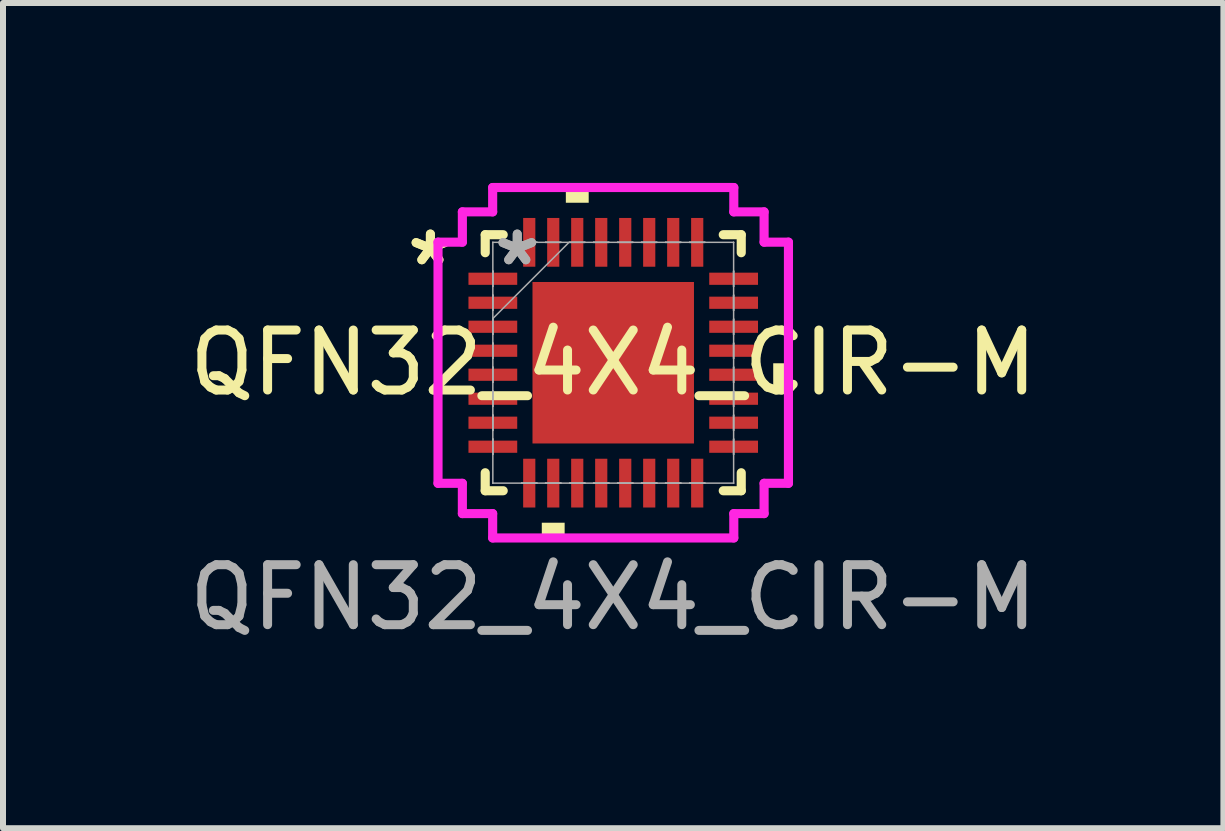
<source format=kicad_pcb>
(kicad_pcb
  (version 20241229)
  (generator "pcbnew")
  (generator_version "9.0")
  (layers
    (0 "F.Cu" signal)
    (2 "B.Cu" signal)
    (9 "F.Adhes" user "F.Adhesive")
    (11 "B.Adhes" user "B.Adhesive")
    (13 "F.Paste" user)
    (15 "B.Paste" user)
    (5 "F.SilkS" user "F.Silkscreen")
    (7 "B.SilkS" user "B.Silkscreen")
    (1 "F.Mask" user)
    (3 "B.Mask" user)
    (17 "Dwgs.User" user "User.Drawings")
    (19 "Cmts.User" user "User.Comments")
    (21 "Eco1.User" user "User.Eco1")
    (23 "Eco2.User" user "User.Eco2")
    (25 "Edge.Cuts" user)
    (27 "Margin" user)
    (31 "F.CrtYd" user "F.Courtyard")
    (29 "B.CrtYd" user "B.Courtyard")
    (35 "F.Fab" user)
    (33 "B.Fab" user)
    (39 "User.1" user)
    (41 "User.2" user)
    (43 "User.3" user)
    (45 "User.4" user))
  (footprint "QFN32_4X4_CIR-M"
    (layer "F.Cu")
    (at 7.173 2.997)
    (property "Reference" "QFN32_4X4_CIR-M" (at 0 0 0) (unlocked yes) (layer "F.SilkS") (effects (font (size 1 1) (thickness 0.15))))
    (attr smd)
    (fp_line (start -2.134 -2.134) (end -2.134 -1.834) (stroke (width 0.152) (type solid)) (layer "F.SilkS"))
    (fp_line (start -2.134 1.834) (end -2.134 2.134) (stroke (width 0.152) (type solid)) (layer "F.SilkS"))
    (fp_line (start -2.134 2.134) (end -1.834 2.134) (stroke (width 0.152) (type solid)) (layer "F.SilkS"))
    (fp_line (start -1.834 -2.134) (end -2.134 -2.134) (stroke (width 0.152) (type solid)) (layer "F.SilkS"))
    (fp_line (start 1.834 2.134) (end 2.134 2.134) (stroke (width 0.152) (type solid)) (layer "F.SilkS"))
    (fp_line (start 2.134 -2.134) (end 1.834 -2.134) (stroke (width 0.152) (type solid)) (layer "F.SilkS"))
    (fp_line (start 2.134 -1.834) (end 2.134 -2.134) (stroke (width 0.152) (type solid)) (layer "F.SilkS"))
    (fp_line (start 2.134 2.134) (end 2.134 1.834) (stroke (width 0.152) (type solid)) (layer "F.SilkS"))
    (fp_poly (pts (xy -1.191 2.667) (xy -1.191 2.921) (xy -0.81 2.921) (xy -0.81 2.667)) (stroke (width 0) (type solid)) (fill yes) (layer "F.SilkS"))
    (fp_poly (pts (xy -0.79 -2.667) (xy -0.79 -2.921) (xy -0.409 -2.921) (xy -0.409 -2.667)) (stroke (width 0) (type solid)) (fill yes) (layer "F.SilkS"))
    (fp_poly (pts (xy 2.921 0.009) (xy 2.921 0.391) (xy 2.667 0.391) (xy 2.667 0.009)) (stroke (width 0) (type solid)) (fill yes) (layer "F.SilkS"))
    (fp_poly (pts (xy -1.246 -1.246) (xy -1.246 -0.1) (xy -0.1 -0.1) (xy -0.1 -1.246)) (stroke (width 0) (type solid)) (fill yes) (layer "F.Paste"))
    (fp_poly (pts (xy -1.246 0.1) (xy -1.246 1.246) (xy -0.1 1.246) (xy -0.1 0.1)) (stroke (width 0) (type solid)) (fill yes) (layer "F.Paste"))
    (fp_poly (pts (xy 0.1 -1.246) (xy 0.1 -0.1) (xy 1.246 -0.1) (xy 1.246 -1.246)) (stroke (width 0) (type solid)) (fill yes) (layer "F.Paste"))
    (fp_poly (pts (xy 0.1 0.1) (xy 0.1 1.246) (xy 1.246 1.246) (xy 1.246 0.1)) (stroke (width 0) (type solid)) (fill yes) (layer "F.Paste"))
    (fp_line (start -2.921 -2.01) (end -2.515 -2.01) (stroke (width 0.152) (type solid)) (layer "F.CrtYd"))
    (fp_line (start -2.921 2.01) (end -2.921 -2.01) (stroke (width 0.152) (type solid)) (layer "F.CrtYd"))
    (fp_line (start -2.515 -2.515) (end -2.01 -2.515) (stroke (width 0.152) (type solid)) (layer "F.CrtYd"))
    (fp_line (start -2.515 -2.01) (end -2.515 -2.515) (stroke (width 0.152) (type solid)) (layer "F.CrtYd"))
    (fp_line (start -2.515 2.01) (end -2.921 2.01) (stroke (width 0.152) (type solid)) (layer "F.CrtYd"))
    (fp_line (start -2.515 2.515) (end -2.515 2.01) (stroke (width 0.152) (type solid)) (layer "F.CrtYd"))
    (fp_line (start -2.01 -2.921) (end 2.01 -2.921) (stroke (width 0.152) (type solid)) (layer "F.CrtYd"))
    (fp_line (start -2.01 -2.515) (end -2.01 -2.921) (stroke (width 0.152) (type solid)) (layer "F.CrtYd"))
    (fp_line (start -2.01 2.515) (end -2.515 2.515) (stroke (width 0.152) (type solid)) (layer "F.CrtYd"))
    (fp_line (start -2.01 2.921) (end -2.01 2.515) (stroke (width 0.152) (type solid)) (layer "F.CrtYd"))
    (fp_line (start 2.01 -2.921) (end 2.01 -2.515) (stroke (width 0.152) (type solid)) (layer "F.CrtYd"))
    (fp_line (start 2.01 -2.515) (end 2.515 -2.515) (stroke (width 0.152) (type solid)) (layer "F.CrtYd"))
    (fp_line (start 2.01 2.515) (end 2.01 2.921) (stroke (width 0.152) (type solid)) (layer "F.CrtYd"))
    (fp_line (start 2.01 2.921) (end -2.01 2.921) (stroke (width 0.152) (type solid)) (layer "F.CrtYd"))
    (fp_line (start 2.515 -2.515) (end 2.515 -2.01) (stroke (width 0.152) (type solid)) (layer "F.CrtYd"))
    (fp_line (start 2.515 -2.01) (end 2.921 -2.01) (stroke (width 0.152) (type solid)) (layer "F.CrtYd"))
    (fp_line (start 2.515 2.01) (end 2.515 2.515) (stroke (width 0.152) (type solid)) (layer "F.CrtYd"))
    (fp_line (start 2.515 2.515) (end 2.01 2.515) (stroke (width 0.152) (type solid)) (layer "F.CrtYd"))
    (fp_line (start 2.921 -2.01) (end 2.921 2.01) (stroke (width 0.152) (type solid)) (layer "F.CrtYd"))
    (fp_line (start 2.921 2.01) (end 2.515 2.01) (stroke (width 0.152) (type solid)) (layer "F.CrtYd"))
    (fp_line (start -2.007 -2.007) (end -2.007 -2.007) (stroke (width 0.025) (type solid)) (layer "F.Fab"))
    (fp_line (start -2.007 -2.007) (end -2.007 2.007) (stroke (width 0.025) (type solid)) (layer "F.Fab"))
    (fp_line (start -2.007 -1.527) (end -2.007 -1.527) (stroke (width 0.025) (type solid)) (layer "F.Fab"))
    (fp_line (start -2.007 -1.527) (end -2.007 -1.273) (stroke (width 0.025) (type solid)) (layer "F.Fab"))
    (fp_line (start -2.007 -1.273) (end -2.007 -1.527) (stroke (width 0.025) (type solid)) (layer "F.Fab"))
    (fp_line (start -2.007 -1.273) (end -2.007 -1.273) (stroke (width 0.025) (type solid)) (layer "F.Fab"))
    (fp_line (start -2.007 -1.127) (end -2.007 -1.127) (stroke (width 0.025) (type solid)) (layer "F.Fab"))
    (fp_line (start -2.007 -1.127) (end -2.007 -0.873) (stroke (width 0.025) (type solid)) (layer "F.Fab"))
    (fp_line (start -2.007 -0.873) (end -2.007 -1.127) (stroke (width 0.025) (type solid)) (layer "F.Fab"))
    (fp_line (start -2.007 -0.873) (end -2.007 -0.873) (stroke (width 0.025) (type solid)) (layer "F.Fab"))
    (fp_line (start -2.007 -0.737) (end -0.737 -2.007) (stroke (width 0.025) (type solid)) (layer "F.Fab"))
    (fp_line (start -2.007 -0.727) (end -2.007 -0.727) (stroke (width 0.025) (type solid)) (layer "F.Fab"))
    (fp_line (start -2.007 -0.727) (end -2.007 -0.473) (stroke (width 0.025) (type solid)) (layer "F.Fab"))
    (fp_line (start -2.007 -0.473) (end -2.007 -0.727) (stroke (width 0.025) (type solid)) (layer "F.Fab"))
    (fp_line (start -2.007 -0.473) (end -2.007 -0.473) (stroke (width 0.025) (type solid)) (layer "F.Fab"))
    (fp_line (start -2.007 -0.327) (end -2.007 -0.327) (stroke (width 0.025) (type solid)) (layer "F.Fab"))
    (fp_line (start -2.007 -0.327) (end -2.007 -0.073) (stroke (width 0.025) (type solid)) (layer "F.Fab"))
    (fp_line (start -2.007 -0.073) (end -2.007 -0.327) (stroke (width 0.025) (type solid)) (layer "F.Fab"))
    (fp_line (start -2.007 -0.073) (end -2.007 -0.073) (stroke (width 0.025) (type solid)) (layer "F.Fab"))
    (fp_line (start -2.007 0.073) (end -2.007 0.073) (stroke (width 0.025) (type solid)) (layer "F.Fab"))
    (fp_line (start -2.007 0.073) (end -2.007 0.327) (stroke (width 0.025) (type solid)) (layer "F.Fab"))
    (fp_line (start -2.007 0.327) (end -2.007 0.073) (stroke (width 0.025) (type solid)) (layer "F.Fab"))
    (fp_line (start -2.007 0.327) (end -2.007 0.327) (stroke (width 0.025) (type solid)) (layer "F.Fab"))
    (fp_line (start -2.007 0.473) (end -2.007 0.473) (stroke (width 0.025) (type solid)) (layer "F.Fab"))
    (fp_line (start -2.007 0.473) (end -2.007 0.727) (stroke (width 0.025) (type solid)) (layer "F.Fab"))
    (fp_line (start -2.007 0.727) (end -2.007 0.473) (stroke (width 0.025) (type solid)) (layer "F.Fab"))
    (fp_line (start -2.007 0.727) (end -2.007 0.727) (stroke (width 0.025) (type solid)) (layer "F.Fab"))
    (fp_line (start -2.007 0.873) (end -2.007 0.873) (stroke (width 0.025) (type solid)) (layer "F.Fab"))
    (fp_line (start -2.007 0.873) (end -2.007 1.127) (stroke (width 0.025) (type solid)) (layer "F.Fab"))
    (fp_line (start -2.007 1.127) (end -2.007 0.873) (stroke (width 0.025) (type solid)) (layer "F.Fab"))
    (fp_line (start -2.007 1.127) (end -2.007 1.127) (stroke (width 0.025) (type solid)) (layer "F.Fab"))
    (fp_line (start -2.007 1.273) (end -2.007 1.273) (stroke (width 0.025) (type solid)) (layer "F.Fab"))
    (fp_line (start -2.007 1.273) (end -2.007 1.527) (stroke (width 0.025) (type solid)) (layer "F.Fab"))
    (fp_line (start -2.007 1.527) (end -2.007 1.273) (stroke (width 0.025) (type solid)) (layer "F.Fab"))
    (fp_line (start -2.007 1.527) (end -2.007 1.527) (stroke (width 0.025) (type solid)) (layer "F.Fab"))
    (fp_line (start -2.007 2.007) (end -2.007 2.007) (stroke (width 0.025) (type solid)) (layer "F.Fab"))
    (fp_line (start -2.007 2.007) (end 2.007 2.007) (stroke (width 0.025) (type solid)) (layer "F.Fab"))
    (fp_line (start -1.527 -2.007) (end -1.527 -2.007) (stroke (width 0.025) (type solid)) (layer "F.Fab"))
    (fp_line (start -1.527 -2.007) (end -1.273 -2.007) (stroke (width 0.025) (type solid)) (layer "F.Fab"))
    (fp_line (start -1.527 2.007) (end -1.527 2.007) (stroke (width 0.025) (type solid)) (layer "F.Fab"))
    (fp_line (start -1.527 2.007) (end -1.273 2.007) (stroke (width 0.025) (type solid)) (layer "F.Fab"))
    (fp_line (start -1.273 -2.007) (end -1.527 -2.007) (stroke (width 0.025) (type solid)) (layer "F.Fab"))
    (fp_line (start -1.273 -2.007) (end -1.273 -2.007) (stroke (width 0.025) (type solid)) (layer "F.Fab"))
    (fp_line (start -1.273 2.007) (end -1.527 2.007) (stroke (width 0.025) (type solid)) (layer "F.Fab"))
    (fp_line (start -1.273 2.007) (end -1.273 2.007) (stroke (width 0.025) (type solid)) (layer "F.Fab"))
    (fp_line (start -1.127 -2.007) (end -1.127 -2.007) (stroke (width 0.025) (type solid)) (layer "F.Fab"))
    (fp_line (start -1.127 -2.007) (end -0.873 -2.007) (stroke (width 0.025) (type solid)) (layer "F.Fab"))
    (fp_line (start -1.127 2.007) (end -1.127 2.007) (stroke (width 0.025) (type solid)) (layer "F.Fab"))
    (fp_line (start -1.127 2.007) (end -0.873 2.007) (stroke (width 0.025) (type solid)) (layer "F.Fab"))
    (fp_line (start -0.873 -2.007) (end -1.127 -2.007) (stroke (width 0.025) (type solid)) (layer "F.Fab"))
    (fp_line (start -0.873 -2.007) (end -0.873 -2.007) (stroke (width 0.025) (type solid)) (layer "F.Fab"))
    (fp_line (start -0.873 2.007) (end -1.127 2.007) (stroke (width 0.025) (type solid)) (layer "F.Fab"))
    (fp_line (start -0.873 2.007) (end -0.873 2.007) (stroke (width 0.025) (type solid)) (layer "F.Fab"))
    (fp_line (start -0.727 -2.007) (end -0.727 -2.007) (stroke (width 0.025) (type solid)) (layer "F.Fab"))
    (fp_line (start -0.727 -2.007) (end -0.473 -2.007) (stroke (width 0.025) (type solid)) (layer "F.Fab"))
    (fp_line (start -0.727 2.007) (end -0.727 2.007) (stroke (width 0.025) (type solid)) (layer "F.Fab"))
    (fp_line (start -0.727 2.007) (end -0.473 2.007) (stroke (width 0.025) (type solid)) (layer "F.Fab"))
    (fp_line (start -0.473 -2.007) (end -0.727 -2.007) (stroke (width 0.025) (type solid)) (layer "F.Fab"))
    (fp_line (start -0.473 -2.007) (end -0.473 -2.007) (stroke (width 0.025) (type solid)) (layer "F.Fab"))
    (fp_line (start -0.473 2.007) (end -0.727 2.007) (stroke (width 0.025) (type solid)) (layer "F.Fab"))
    (fp_line (start -0.473 2.007) (end -0.473 2.007) (stroke (width 0.025) (type solid)) (layer "F.Fab"))
    (fp_line (start -0.327 -2.007) (end -0.327 -2.007) (stroke (width 0.025) (type solid)) (layer "F.Fab"))
    (fp_line (start -0.327 -2.007) (end -0.073 -2.007) (stroke (width 0.025) (type solid)) (layer "F.Fab"))
    (fp_line (start -0.327 2.007) (end -0.327 2.007) (stroke (width 0.025) (type solid)) (layer "F.Fab"))
    (fp_line (start -0.327 2.007) (end -0.073 2.007) (stroke (width 0.025) (type solid)) (layer "F.Fab"))
    (fp_line (start -0.073 -2.007) (end -0.327 -2.007) (stroke (width 0.025) (type solid)) (layer "F.Fab"))
    (fp_line (start -0.073 -2.007) (end -0.073 -2.007) (stroke (width 0.025) (type solid)) (layer "F.Fab"))
    (fp_line (start -0.073 2.007) (end -0.327 2.007) (stroke (width 0.025) (type solid)) (layer "F.Fab"))
    (fp_line (start -0.073 2.007) (end -0.073 2.007) (stroke (width 0.025) (type solid)) (layer "F.Fab"))
    (fp_line (start 0.073 -2.007) (end 0.073 -2.007) (stroke (width 0.025) (type solid)) (layer "F.Fab"))
    (fp_line (start 0.073 -2.007) (end 0.327 -2.007) (stroke (width 0.025) (type solid)) (layer "F.Fab"))
    (fp_line (start 0.073 2.007) (end 0.073 2.007) (stroke (width 0.025) (type solid)) (layer "F.Fab"))
    (fp_line (start 0.073 2.007) (end 0.327 2.007) (stroke (width 0.025) (type solid)) (layer "F.Fab"))
    (fp_line (start 0.327 -2.007) (end 0.073 -2.007) (stroke (width 0.025) (type solid)) (layer "F.Fab"))
    (fp_line (start 0.327 -2.007) (end 0.327 -2.007) (stroke (width 0.025) (type solid)) (layer "F.Fab"))
    (fp_line (start 0.327 2.007) (end 0.073 2.007) (stroke (width 0.025) (type solid)) (layer "F.Fab"))
    (fp_line (start 0.327 2.007) (end 0.327 2.007) (stroke (width 0.025) (type solid)) (layer "F.Fab"))
    (fp_line (start 0.473 -2.007) (end 0.473 -2.007) (stroke (width 0.025) (type solid)) (layer "F.Fab"))
    (fp_line (start 0.473 -2.007) (end 0.727 -2.007) (stroke (width 0.025) (type solid)) (layer "F.Fab"))
    (fp_line (start 0.473 2.007) (end 0.473 2.007) (stroke (width 0.025) (type solid)) (layer "F.Fab"))
    (fp_line (start 0.473 2.007) (end 0.727 2.007) (stroke (width 0.025) (type solid)) (layer "F.Fab"))
    (fp_line (start 0.727 -2.007) (end 0.473 -2.007) (stroke (width 0.025) (type solid)) (layer "F.Fab"))
    (fp_line (start 0.727 -2.007) (end 0.727 -2.007) (stroke (width 0.025) (type solid)) (layer "F.Fab"))
    (fp_line (start 0.727 2.007) (end 0.473 2.007) (stroke (width 0.025) (type solid)) (layer "F.Fab"))
    (fp_line (start 0.727 2.007) (end 0.727 2.007) (stroke (width 0.025) (type solid)) (layer "F.Fab"))
    (fp_line (start 0.873 -2.007) (end 0.873 -2.007) (stroke (width 0.025) (type solid)) (layer "F.Fab"))
    (fp_line (start 0.873 -2.007) (end 1.127 -2.007) (stroke (width 0.025) (type solid)) (layer "F.Fab"))
    (fp_line (start 0.873 2.007) (end 0.873 2.007) (stroke (width 0.025) (type solid)) (layer "F.Fab"))
    (fp_line (start 0.873 2.007) (end 1.127 2.007) (stroke (width 0.025) (type solid)) (layer "F.Fab"))
    (fp_line (start 1.127 -2.007) (end 0.873 -2.007) (stroke (width 0.025) (type solid)) (layer "F.Fab"))
    (fp_line (start 1.127 -2.007) (end 1.127 -2.007) (stroke (width 0.025) (type solid)) (layer "F.Fab"))
    (fp_line (start 1.127 2.007) (end 0.873 2.007) (stroke (width 0.025) (type solid)) (layer "F.Fab"))
    (fp_line (start 1.127 2.007) (end 1.127 2.007) (stroke (width 0.025) (type solid)) (layer "F.Fab"))
    (fp_line (start 1.273 -2.007) (end 1.273 -2.007) (stroke (width 0.025) (type solid)) (layer "F.Fab"))
    (fp_line (start 1.273 -2.007) (end 1.527 -2.007) (stroke (width 0.025) (type solid)) (layer "F.Fab"))
    (fp_line (start 1.273 2.007) (end 1.273 2.007) (stroke (width 0.025) (type solid)) (layer "F.Fab"))
    (fp_line (start 1.273 2.007) (end 1.527 2.007) (stroke (width 0.025) (type solid)) (layer "F.Fab"))
    (fp_line (start 1.527 -2.007) (end 1.273 -2.007) (stroke (width 0.025) (type solid)) (layer "F.Fab"))
    (fp_line (start 1.527 -2.007) (end 1.527 -2.007) (stroke (width 0.025) (type solid)) (layer "F.Fab"))
    (fp_line (start 1.527 2.007) (end 1.273 2.007) (stroke (width 0.025) (type solid)) (layer "F.Fab"))
    (fp_line (start 1.527 2.007) (end 1.527 2.007) (stroke (width 0.025) (type solid)) (layer "F.Fab"))
    (fp_line (start 2.007 -2.007) (end -2.007 -2.007) (stroke (width 0.025) (type solid)) (layer "F.Fab"))
    (fp_line (start 2.007 -2.007) (end 2.007 -2.007) (stroke (width 0.025) (type solid)) (layer "F.Fab"))
    (fp_line (start 2.007 -1.527) (end 2.007 -1.527) (stroke (width 0.025) (type solid)) (layer "F.Fab"))
    (fp_line (start 2.007 -1.527) (end 2.007 -1.273) (stroke (width 0.025) (type solid)) (layer "F.Fab"))
    (fp_line (start 2.007 -1.273) (end 2.007 -1.527) (stroke (width 0.025) (type solid)) (layer "F.Fab"))
    (fp_line (start 2.007 -1.273) (end 2.007 -1.273) (stroke (width 0.025) (type solid)) (layer "F.Fab"))
    (fp_line (start 2.007 -1.127) (end 2.007 -1.127) (stroke (width 0.025) (type solid)) (layer "F.Fab"))
    (fp_line (start 2.007 -1.127) (end 2.007 -0.873) (stroke (width 0.025) (type solid)) (layer "F.Fab"))
    (fp_line (start 2.007 -0.873) (end 2.007 -1.127) (stroke (width 0.025) (type solid)) (layer "F.Fab"))
    (fp_line (start 2.007 -0.873) (end 2.007 -0.873) (stroke (width 0.025) (type solid)) (layer "F.Fab"))
    (fp_line (start 2.007 -0.727) (end 2.007 -0.727) (stroke (width 0.025) (type solid)) (layer "F.Fab"))
    (fp_line (start 2.007 -0.727) (end 2.007 -0.473) (stroke (width 0.025) (type solid)) (layer "F.Fab"))
    (fp_line (start 2.007 -0.473) (end 2.007 -0.727) (stroke (width 0.025) (type solid)) (layer "F.Fab"))
    (fp_line (start 2.007 -0.473) (end 2.007 -0.473) (stroke (width 0.025) (type solid)) (layer "F.Fab"))
    (fp_line (start 2.007 -0.327) (end 2.007 -0.327) (stroke (width 0.025) (type solid)) (layer "F.Fab"))
    (fp_line (start 2.007 -0.327) (end 2.007 -0.073) (stroke (width 0.025) (type solid)) (layer "F.Fab"))
    (fp_line (start 2.007 -0.073) (end 2.007 -0.327) (stroke (width 0.025) (type solid)) (layer "F.Fab"))
    (fp_line (start 2.007 -0.073) (end 2.007 -0.073) (stroke (width 0.025) (type solid)) (layer "F.Fab"))
    (fp_line (start 2.007 0.073) (end 2.007 0.073) (stroke (width 0.025) (type solid)) (layer "F.Fab"))
    (fp_line (start 2.007 0.073) (end 2.007 0.327) (stroke (width 0.025) (type solid)) (layer "F.Fab"))
    (fp_line (start 2.007 0.327) (end 2.007 0.073) (stroke (width 0.025) (type solid)) (layer "F.Fab"))
    (fp_line (start 2.007 0.327) (end 2.007 0.327) (stroke (width 0.025) (type solid)) (layer "F.Fab"))
    (fp_line (start 2.007 0.473) (end 2.007 0.473) (stroke (width 0.025) (type solid)) (layer "F.Fab"))
    (fp_line (start 2.007 0.473) (end 2.007 0.727) (stroke (width 0.025) (type solid)) (layer "F.Fab"))
    (fp_line (start 2.007 0.727) (end 2.007 0.473) (stroke (width 0.025) (type solid)) (layer "F.Fab"))
    (fp_line (start 2.007 0.727) (end 2.007 0.727) (stroke (width 0.025) (type solid)) (layer "F.Fab"))
    (fp_line (start 2.007 0.873) (end 2.007 0.873) (stroke (width 0.025) (type solid)) (layer "F.Fab"))
    (fp_line (start 2.007 0.873) (end 2.007 1.127) (stroke (width 0.025) (type solid)) (layer "F.Fab"))
    (fp_line (start 2.007 1.127) (end 2.007 0.873) (stroke (width 0.025) (type solid)) (layer "F.Fab"))
    (fp_line (start 2.007 1.127) (end 2.007 1.127) (stroke (width 0.025) (type solid)) (layer "F.Fab"))
    (fp_line (start 2.007 1.273) (end 2.007 1.273) (stroke (width 0.025) (type solid)) (layer "F.Fab"))
    (fp_line (start 2.007 1.273) (end 2.007 1.527) (stroke (width 0.025) (type solid)) (layer "F.Fab"))
    (fp_line (start 2.007 1.527) (end 2.007 1.273) (stroke (width 0.025) (type solid)) (layer "F.Fab"))
    (fp_line (start 2.007 1.527) (end 2.007 1.527) (stroke (width 0.025) (type solid)) (layer "F.Fab"))
    (fp_line (start 2.007 2.007) (end 2.007 -2.007) (stroke (width 0.025) (type solid)) (layer "F.Fab"))
    (fp_line (start 2.007 2.007) (end 2.007 2.007) (stroke (width 0.025) (type solid)) (layer "F.Fab"))
    (fp_text user "*" (at -3.048 -1.6 0) (unlocked yes) (layer "F.SilkS") (effects (font (size 1 1) (thickness 0.15))))
    (fp_text user "*" (at -3.048 -1.6 0) (layer "F.SilkS") (effects (font (size 1 1) (thickness 0.15))))
    (fp_text user "${REFERENCE}" (at 0 3.912 0) (unlocked yes) (layer "F.Fab") (effects (font (size 1 1) (thickness 0.15))))
    (fp_text user "*" (at -1.6 -1.6 0) (layer "F.Fab") (effects (font (size 1 1) (thickness 0.15))))
    (fp_text user "*" (at -1.6 -1.6 0) (unlocked yes) (layer "F.Fab") (effects (font (size 1 1) (thickness 0.15))))
    (pad "1" smd rect (at -2.007 -1.4 90) (size 0.203 0.813) (layers "F.Cu" "F.Mask" "F.Paste"))
    (pad "2" smd rect (at -2.007 -1 90) (size 0.203 0.813) (layers "F.Cu" "F.Mask" "F.Paste"))
    (pad "3" smd rect (at -2.007 -0.6 90) (size 0.203 0.813) (layers "F.Cu" "F.Mask" "F.Paste"))
    (pad "4" smd rect (at -2.007 -0.2 90) (size 0.203 0.813) (layers "F.Cu" "F.Mask" "F.Paste"))
    (pad "5" smd rect (at -2.007 0.2 90) (size 0.203 0.813) (layers "F.Cu" "F.Mask" "F.Paste"))
    (pad "6" smd rect (at -2.007 0.6 90) (size 0.203 0.813) (layers "F.Cu" "F.Mask" "F.Paste"))
    (pad "7" smd rect (at -2.007 1 90) (size 0.203 0.813) (layers "F.Cu" "F.Mask" "F.Paste"))
    (pad "8" smd rect (at -2.007 1.4 90) (size 0.203 0.813) (layers "F.Cu" "F.Mask" "F.Paste"))
    (pad "9" smd rect (at -1.4 2.007) (size 0.203 0.813) (layers "F.Cu" "F.Mask" "F.Paste"))
    (pad "10" smd rect (at -1 2.007) (size 0.203 0.813) (layers "F.Cu" "F.Mask" "F.Paste"))
    (pad "11" smd rect (at -0.6 2.007) (size 0.203 0.813) (layers "F.Cu" "F.Mask" "F.Paste"))
    (pad "12" smd rect (at -0.2 2.007) (size 0.203 0.813) (layers "F.Cu" "F.Mask" "F.Paste"))
    (pad "13" smd rect (at 0.2 2.007) (size 0.203 0.813) (layers "F.Cu" "F.Mask" "F.Paste"))
    (pad "14" smd rect (at 0.6 2.007) (size 0.203 0.813) (layers "F.Cu" "F.Mask" "F.Paste"))
    (pad "15" smd rect (at 1 2.007) (size 0.203 0.813) (layers "F.Cu" "F.Mask" "F.Paste"))
    (pad "16" smd rect (at 1.4 2.007) (size 0.203 0.813) (layers "F.Cu" "F.Mask" "F.Paste"))
    (pad "17" smd rect (at 2.007 1.4 90) (size 0.203 0.813) (layers "F.Cu" "F.Mask" "F.Paste"))
    (pad "18" smd rect (at 2.007 1 90) (size 0.203 0.813) (layers "F.Cu" "F.Mask" "F.Paste"))
    (pad "19" smd rect (at 2.007 0.6 90) (size 0.203 0.813) (layers "F.Cu" "F.Mask" "F.Paste"))
    (pad "20" smd rect (at 2.007 0.2 90) (size 0.203 0.813) (layers "F.Cu" "F.Mask" "F.Paste"))
    (pad "21" smd rect (at 2.007 -0.2 90) (size 0.203 0.813) (layers "F.Cu" "F.Mask" "F.Paste"))
    (pad "22" smd rect (at 2.007 -0.6 90) (size 0.203 0.813) (layers "F.Cu" "F.Mask" "F.Paste"))
    (pad "23" smd rect (at 2.007 -1 90) (size 0.203 0.813) (layers "F.Cu" "F.Mask" "F.Paste"))
    (pad "24" smd rect (at 2.007 -1.4 90) (size 0.203 0.813) (layers "F.Cu" "F.Mask" "F.Paste"))
    (pad "25" smd rect (at 1.4 -2.007) (size 0.203 0.813) (layers "F.Cu" "F.Mask" "F.Paste"))
    (pad "26" smd rect (at 1 -2.007) (size 0.203 0.813) (layers "F.Cu" "F.Mask" "F.Paste"))
    (pad "27" smd rect (at 0.6 -2.007) (size 0.203 0.813) (layers "F.Cu" "F.Mask" "F.Paste"))
    (pad "28" smd rect (at 0.2 -2.007) (size 0.203 0.813) (layers "F.Cu" "F.Mask" "F.Paste"))
    (pad "29" smd rect (at -0.2 -2.007) (size 0.203 0.813) (layers "F.Cu" "F.Mask" "F.Paste"))
    (pad "30" smd rect (at -0.6 -2.007) (size 0.203 0.813) (layers "F.Cu" "F.Mask" "F.Paste"))
    (pad "31" smd rect (at -1 -2.007) (size 0.203 0.813) (layers "F.Cu" "F.Mask" "F.Paste"))
    (pad "32" smd rect (at -1.4 -2.007) (size 0.203 0.813) (layers "F.Cu" "F.Mask" "F.Paste"))
    (pad "33" smd rect (at 0 0) (size 2.692 2.692) (layers "F.Cu" "F.Mask")))
  (gr_rect
    (start -3 -3)
    (end 17.345 10.757)
    (stroke (width 0.1) (type default))
    (fill no)
    (layer "Edge.Cuts")))
</source>
